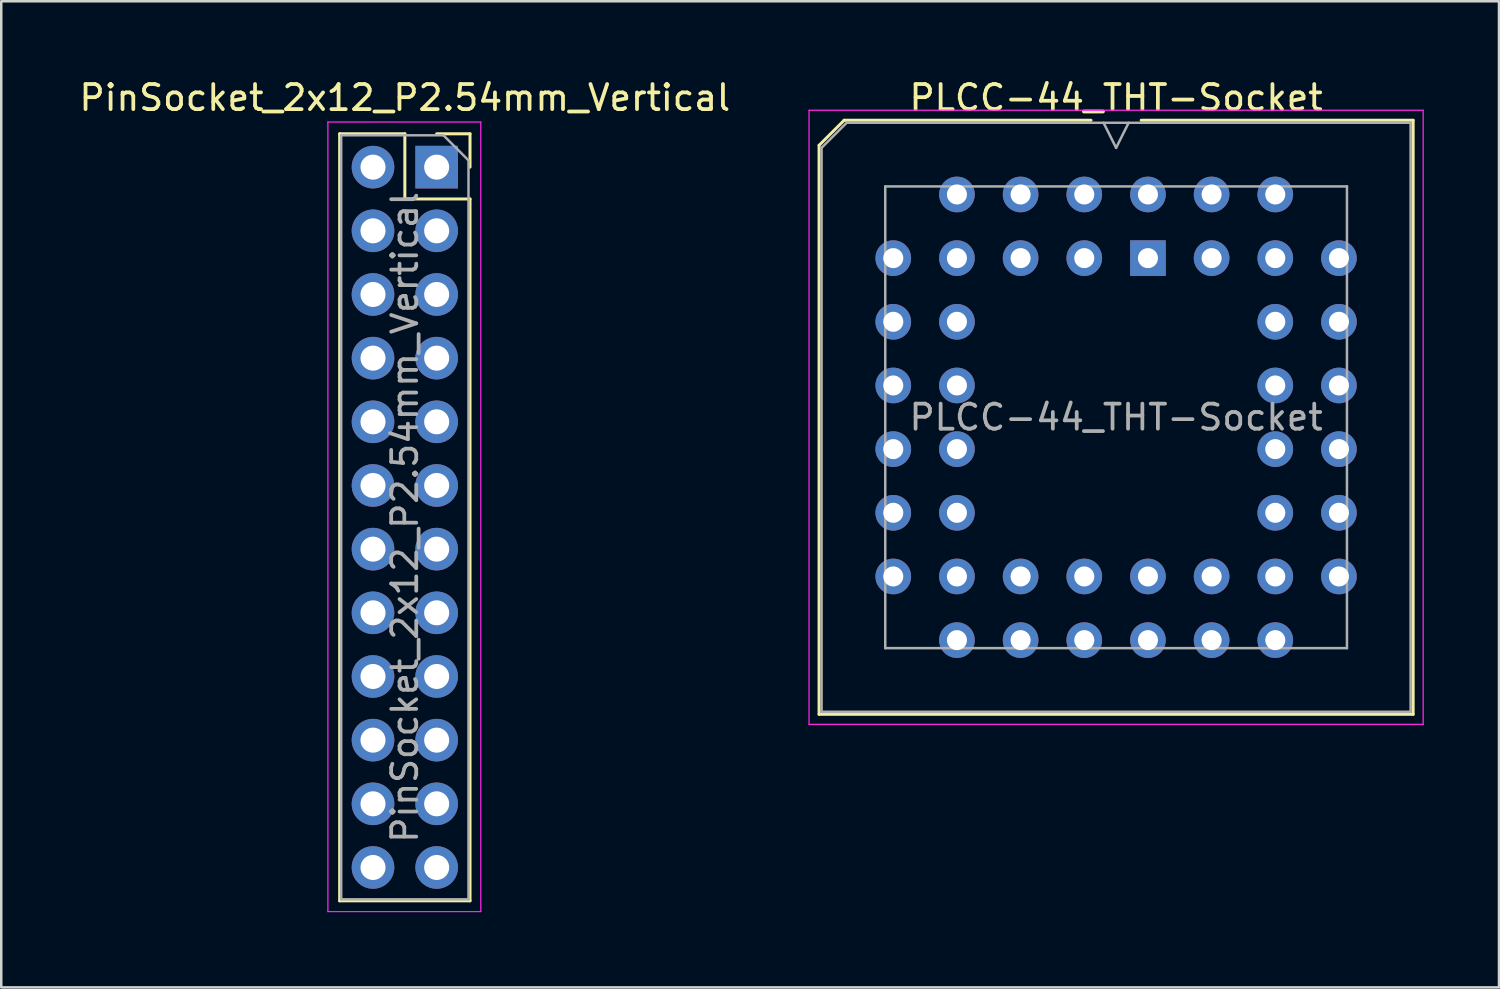
<source format=kicad_pcb>
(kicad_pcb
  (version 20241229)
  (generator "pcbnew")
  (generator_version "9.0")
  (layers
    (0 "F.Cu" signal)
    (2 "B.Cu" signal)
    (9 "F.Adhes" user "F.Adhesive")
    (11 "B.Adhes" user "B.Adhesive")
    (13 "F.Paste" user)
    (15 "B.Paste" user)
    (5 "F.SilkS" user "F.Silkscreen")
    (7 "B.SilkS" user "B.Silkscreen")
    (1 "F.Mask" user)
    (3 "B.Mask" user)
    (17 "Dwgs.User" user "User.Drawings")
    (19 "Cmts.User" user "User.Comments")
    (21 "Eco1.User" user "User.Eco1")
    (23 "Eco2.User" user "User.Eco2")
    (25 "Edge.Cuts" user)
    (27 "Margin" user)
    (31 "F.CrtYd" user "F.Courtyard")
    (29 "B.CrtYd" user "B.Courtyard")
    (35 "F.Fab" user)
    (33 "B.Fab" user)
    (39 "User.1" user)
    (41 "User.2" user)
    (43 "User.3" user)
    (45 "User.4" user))
  (footprint "PinSocket_2x12_P2.54mm_Vertical"
    (layer "F.Cu")
    (at 14.371 3.618)
    (property "Reference" "PinSocket_2x12_P2.54mm_Vertical" (at -1.27 -2.77 0) (layer "F.SilkS") (effects (font (size 1 1) (thickness 0.15))))
    (attr through_hole)
    (fp_line (start -3.87 -1.33) (end -3.87 29.27) (stroke (width 0.12) (type solid)) (layer "F.SilkS"))
    (fp_line (start -3.87 -1.33) (end -1.27 -1.33) (stroke (width 0.12) (type solid)) (layer "F.SilkS"))
    (fp_line (start -3.87 29.27) (end 1.33 29.27) (stroke (width 0.12) (type solid)) (layer "F.SilkS"))
    (fp_line (start -1.27 -1.33) (end -1.27 1.27) (stroke (width 0.12) (type solid)) (layer "F.SilkS"))
    (fp_line (start -1.27 1.27) (end 1.33 1.27) (stroke (width 0.12) (type solid)) (layer "F.SilkS"))
    (fp_line (start 0 -1.33) (end 1.33 -1.33) (stroke (width 0.12) (type solid)) (layer "F.SilkS"))
    (fp_line (start 1.33 -1.33) (end 1.33 0) (stroke (width 0.12) (type solid)) (layer "F.SilkS"))
    (fp_line (start 1.33 1.27) (end 1.33 29.27) (stroke (width 0.12) (type solid)) (layer "F.SilkS"))
    (fp_line (start -4.34 -1.8) (end 1.76 -1.8) (stroke (width 0.05) (type solid)) (layer "F.CrtYd"))
    (fp_line (start -4.34 29.7) (end -4.34 -1.8) (stroke (width 0.05) (type solid)) (layer "F.CrtYd"))
    (fp_line (start 1.76 -1.8) (end 1.76 29.7) (stroke (width 0.05) (type solid)) (layer "F.CrtYd"))
    (fp_line (start 1.76 29.7) (end -4.34 29.7) (stroke (width 0.05) (type solid)) (layer "F.CrtYd"))
    (fp_line (start -3.81 -1.27) (end 0.27 -1.27) (stroke (width 0.1) (type solid)) (layer "F.Fab"))
    (fp_line (start -3.81 29.21) (end -3.81 -1.27) (stroke (width 0.1) (type solid)) (layer "F.Fab"))
    (fp_line (start 0.27 -1.27) (end 1.27 -0.27) (stroke (width 0.1) (type solid)) (layer "F.Fab"))
    (fp_line (start 1.27 -0.27) (end 1.27 29.21) (stroke (width 0.1) (type solid)) (layer "F.Fab"))
    (fp_line (start 1.27 29.21) (end -3.81 29.21) (stroke (width 0.1) (type solid)) (layer "F.Fab"))
    (fp_text user "${REFERENCE}" (at -1.27 13.97 90) (layer "F.Fab") (effects (font (size 1 1) (thickness 0.15))))
    (pad "1" thru_hole rect (at 0 0) (size 1.7 1.7) (drill 1) (layers "*.Cu" "*.Mask"))
    (pad "2" thru_hole oval (at -2.54 0) (size 1.7 1.7) (drill 1) (layers "*.Cu" "*.Mask"))
    (pad "3" thru_hole oval (at 0 2.54) (size 1.7 1.7) (drill 1) (layers "*.Cu" "*.Mask"))
    (pad "4" thru_hole oval (at -2.54 2.54) (size 1.7 1.7) (drill 1) (layers "*.Cu" "*.Mask"))
    (pad "5" thru_hole oval (at 0 5.08) (size 1.7 1.7) (drill 1) (layers "*.Cu" "*.Mask"))
    (pad "6" thru_hole oval (at -2.54 5.08) (size 1.7 1.7) (drill 1) (layers "*.Cu" "*.Mask"))
    (pad "7" thru_hole oval (at 0 7.62) (size 1.7 1.7) (drill 1) (layers "*.Cu" "*.Mask"))
    (pad "8" thru_hole oval (at -2.54 7.62) (size 1.7 1.7) (drill 1) (layers "*.Cu" "*.Mask"))
    (pad "9" thru_hole oval (at 0 10.16) (size 1.7 1.7) (drill 1) (layers "*.Cu" "*.Mask"))
    (pad "10" thru_hole oval (at -2.54 10.16) (size 1.7 1.7) (drill 1) (layers "*.Cu" "*.Mask"))
    (pad "11" thru_hole oval (at 0 12.7) (size 1.7 1.7) (drill 1) (layers "*.Cu" "*.Mask"))
    (pad "12" thru_hole oval (at -2.54 12.7) (size 1.7 1.7) (drill 1) (layers "*.Cu" "*.Mask"))
    (pad "13" thru_hole oval (at 0 15.24) (size 1.7 1.7) (drill 1) (layers "*.Cu" "*.Mask"))
    (pad "14" thru_hole oval (at -2.54 15.24) (size 1.7 1.7) (drill 1) (layers "*.Cu" "*.Mask"))
    (pad "15" thru_hole oval (at 0 17.78) (size 1.7 1.7) (drill 1) (layers "*.Cu" "*.Mask"))
    (pad "16" thru_hole oval (at -2.54 17.78) (size 1.7 1.7) (drill 1) (layers "*.Cu" "*.Mask"))
    (pad "17" thru_hole oval (at 0 20.32) (size 1.7 1.7) (drill 1) (layers "*.Cu" "*.Mask"))
    (pad "18" thru_hole oval (at -2.54 20.32) (size 1.7 1.7) (drill 1) (layers "*.Cu" "*.Mask"))
    (pad "19" thru_hole oval (at 0 22.86) (size 1.7 1.7) (drill 1) (layers "*.Cu" "*.Mask"))
    (pad "20" thru_hole oval (at -2.54 22.86) (size 1.7 1.7) (drill 1) (layers "*.Cu" "*.Mask"))
    (pad "21" thru_hole oval (at 0 25.4) (size 1.7 1.7) (drill 1) (layers "*.Cu" "*.Mask"))
    (pad "22" thru_hole oval (at -2.54 25.4) (size 1.7 1.7) (drill 1) (layers "*.Cu" "*.Mask"))
    (pad "23" thru_hole oval (at 0 27.94) (size 1.7 1.7) (drill 1) (layers "*.Cu" "*.Mask"))
    (pad "24" thru_hole oval (at -2.54 27.94) (size 1.7 1.7) (drill 1) (layers "*.Cu" "*.Mask")))
  (footprint "PLCC-44_THT-Socket"
    (layer "F.Cu")
    (at 42.747 7.248)
    (property "Reference" "PLCC-44_THT-Socket" (at -1.27 -6.4 0) (layer "F.SilkS") (effects (font (size 1 1) (thickness 0.15))))
    (attr through_hole)
    (fp_line (start -13.12 -4.5) (end -13.12 18.2) (stroke (width 0.12) (type solid)) (layer "F.SilkS"))
    (fp_line (start -13.12 18.2) (end 10.58 18.2) (stroke (width 0.12) (type solid)) (layer "F.SilkS"))
    (fp_line (start -12.12 -5.5) (end -13.12 -4.5) (stroke (width 0.12) (type solid)) (layer "F.SilkS"))
    (fp_line (start -2.27 -5.5) (end -12.12 -5.5) (stroke (width 0.12) (type solid)) (layer "F.SilkS"))
    (fp_line (start 10.58 -5.5) (end -0.27 -5.5) (stroke (width 0.12) (type solid)) (layer "F.SilkS"))
    (fp_line (start 10.58 18.2) (end 10.58 -5.5) (stroke (width 0.12) (type solid)) (layer "F.SilkS"))
    (fp_line (start -13.52 -5.9) (end -13.52 18.6) (stroke (width 0.05) (type solid)) (layer "F.CrtYd"))
    (fp_line (start -13.52 18.6) (end 10.98 18.6) (stroke (width 0.05) (type solid)) (layer "F.CrtYd"))
    (fp_line (start 10.98 -5.9) (end -13.52 -5.9) (stroke (width 0.05) (type solid)) (layer "F.CrtYd"))
    (fp_line (start 10.98 18.6) (end 10.98 -5.9) (stroke (width 0.05) (type solid)) (layer "F.CrtYd"))
    (fp_line (start -13.02 -4.4) (end -13.02 18.1) (stroke (width 0.1) (type solid)) (layer "F.Fab"))
    (fp_line (start -13.02 18.1) (end 10.48 18.1) (stroke (width 0.1) (type solid)) (layer "F.Fab"))
    (fp_line (start -12.02 -5.4) (end -13.02 -4.4) (stroke (width 0.1) (type solid)) (layer "F.Fab"))
    (fp_line (start -10.48 -2.86) (end -10.48 15.56) (stroke (width 0.1) (type solid)) (layer "F.Fab"))
    (fp_line (start -10.48 15.56) (end 7.94 15.56) (stroke (width 0.1) (type solid)) (layer "F.Fab"))
    (fp_line (start -1.77 -5.4) (end -1.27 -4.4) (stroke (width 0.1) (type solid)) (layer "F.Fab"))
    (fp_line (start -1.27 -4.4) (end -0.77 -5.4) (stroke (width 0.1) (type solid)) (layer "F.Fab"))
    (fp_line (start 7.94 -2.86) (end -10.48 -2.86) (stroke (width 0.1) (type solid)) (layer "F.Fab"))
    (fp_line (start 7.94 15.56) (end 7.94 -2.86) (stroke (width 0.1) (type solid)) (layer "F.Fab"))
    (fp_line (start 10.48 -5.4) (end -12.02 -5.4) (stroke (width 0.1) (type solid)) (layer "F.Fab"))
    (fp_line (start 10.48 18.1) (end 10.48 -5.4) (stroke (width 0.1) (type solid)) (layer "F.Fab"))
    (fp_text user "${REFERENCE}" (at -1.27 6.35 0) (layer "F.Fab") (effects (font (size 1 1) (thickness 0.15))))
    (pad "1" thru_hole rect (at 0 0) (size 1.422 1.422) (drill 0.8) (layers "*.Cu" "*.Mask"))
    (pad "2" thru_hole circle (at -2.54 -2.54) (size 1.422 1.422) (drill 0.8) (layers "*.Cu" "*.Mask"))
    (pad "3" thru_hole circle (at -2.54 0) (size 1.422 1.422) (drill 0.8) (layers "*.Cu" "*.Mask"))
    (pad "4" thru_hole circle (at -5.08 -2.54) (size 1.422 1.422) (drill 0.8) (layers "*.Cu" "*.Mask"))
    (pad "5" thru_hole circle (at -5.08 0) (size 1.422 1.422) (drill 0.8) (layers "*.Cu" "*.Mask"))
    (pad "6" thru_hole circle (at -7.62 -2.54) (size 1.422 1.422) (drill 0.8) (layers "*.Cu" "*.Mask"))
    (pad "7" thru_hole circle (at -10.16 0) (size 1.422 1.422) (drill 0.8) (layers "*.Cu" "*.Mask"))
    (pad "8" thru_hole circle (at -7.62 0) (size 1.422 1.422) (drill 0.8) (layers "*.Cu" "*.Mask"))
    (pad "9" thru_hole circle (at -10.16 2.54) (size 1.422 1.422) (drill 0.8) (layers "*.Cu" "*.Mask"))
    (pad "10" thru_hole circle (at -7.62 2.54) (size 1.422 1.422) (drill 0.8) (layers "*.Cu" "*.Mask"))
    (pad "11" thru_hole circle (at -10.16 5.08) (size 1.422 1.422) (drill 0.8) (layers "*.Cu" "*.Mask"))
    (pad "12" thru_hole circle (at -7.62 5.08) (size 1.422 1.422) (drill 0.8) (layers "*.Cu" "*.Mask"))
    (pad "13" thru_hole circle (at -10.16 7.62) (size 1.422 1.422) (drill 0.8) (layers "*.Cu" "*.Mask"))
    (pad "14" thru_hole circle (at -7.62 7.62) (size 1.422 1.422) (drill 0.8) (layers "*.Cu" "*.Mask"))
    (pad "15" thru_hole circle (at -10.16 10.16) (size 1.422 1.422) (drill 0.8) (layers "*.Cu" "*.Mask"))
    (pad "16" thru_hole circle (at -7.62 10.16) (size 1.422 1.422) (drill 0.8) (layers "*.Cu" "*.Mask"))
    (pad "17" thru_hole circle (at -10.16 12.7) (size 1.422 1.422) (drill 0.8) (layers "*.Cu" "*.Mask"))
    (pad "18" thru_hole circle (at -7.62 15.24) (size 1.422 1.422) (drill 0.8) (layers "*.Cu" "*.Mask"))
    (pad "19" thru_hole circle (at -7.62 12.7) (size 1.422 1.422) (drill 0.8) (layers "*.Cu" "*.Mask"))
    (pad "20" thru_hole circle (at -5.08 15.24) (size 1.422 1.422) (drill 0.8) (layers "*.Cu" "*.Mask"))
    (pad "21" thru_hole circle (at -5.08 12.7) (size 1.422 1.422) (drill 0.8) (layers "*.Cu" "*.Mask"))
    (pad "22" thru_hole circle (at -2.54 15.24) (size 1.422 1.422) (drill 0.8) (layers "*.Cu" "*.Mask"))
    (pad "23" thru_hole circle (at -2.54 12.7) (size 1.422 1.422) (drill 0.8) (layers "*.Cu" "*.Mask"))
    (pad "24" thru_hole circle (at 0 15.24) (size 1.422 1.422) (drill 0.8) (layers "*.Cu" "*.Mask"))
    (pad "25" thru_hole circle (at 0 12.7) (size 1.422 1.422) (drill 0.8) (layers "*.Cu" "*.Mask"))
    (pad "26" thru_hole circle (at 2.54 15.24) (size 1.422 1.422) (drill 0.8) (layers "*.Cu" "*.Mask"))
    (pad "27" thru_hole circle (at 2.54 12.7) (size 1.422 1.422) (drill 0.8) (layers "*.Cu" "*.Mask"))
    (pad "28" thru_hole circle (at 5.08 15.24) (size 1.422 1.422) (drill 0.8) (layers "*.Cu" "*.Mask"))
    (pad "29" thru_hole circle (at 7.62 12.7) (size 1.422 1.422) (drill 0.8) (layers "*.Cu" "*.Mask"))
    (pad "30" thru_hole circle (at 5.08 12.7) (size 1.422 1.422) (drill 0.8) (layers "*.Cu" "*.Mask"))
    (pad "31" thru_hole circle (at 7.62 10.16) (size 1.422 1.422) (drill 0.8) (layers "*.Cu" "*.Mask"))
    (pad "32" thru_hole circle (at 5.08 10.16) (size 1.422 1.422) (drill 0.8) (layers "*.Cu" "*.Mask"))
    (pad "33" thru_hole circle (at 7.62 7.62) (size 1.422 1.422) (drill 0.8) (layers "*.Cu" "*.Mask"))
    (pad "34" thru_hole circle (at 5.08 7.62) (size 1.422 1.422) (drill 0.8) (layers "*.Cu" "*.Mask"))
    (pad "35" thru_hole circle (at 7.62 5.08) (size 1.422 1.422) (drill 0.8) (layers "*.Cu" "*.Mask"))
    (pad "36" thru_hole circle (at 5.08 5.08) (size 1.422 1.422) (drill 0.8) (layers "*.Cu" "*.Mask"))
    (pad "37" thru_hole circle (at 7.62 2.54) (size 1.422 1.422) (drill 0.8) (layers "*.Cu" "*.Mask"))
    (pad "38" thru_hole circle (at 5.08 2.54) (size 1.422 1.422) (drill 0.8) (layers "*.Cu" "*.Mask"))
    (pad "39" thru_hole circle (at 7.62 0) (size 1.422 1.422) (drill 0.8) (layers "*.Cu" "*.Mask"))
    (pad "40" thru_hole circle (at 5.08 -2.54) (size 1.422 1.422) (drill 0.8) (layers "*.Cu" "*.Mask"))
    (pad "41" thru_hole circle (at 5.08 0) (size 1.422 1.422) (drill 0.8) (layers "*.Cu" "*.Mask"))
    (pad "42" thru_hole circle (at 2.54 -2.54) (size 1.422 1.422) (drill 0.8) (layers "*.Cu" "*.Mask"))
    (pad "43" thru_hole circle (at 2.54 0) (size 1.422 1.422) (drill 0.8) (layers "*.Cu" "*.Mask"))
    (pad "44" thru_hole circle (at 0 -2.54) (size 1.422 1.422) (drill 0.8) (layers "*.Cu" "*.Mask")))
  (gr_rect
    (start -3 -3)
    (end 56.752 36.343)
    (stroke (width 0.1) (type default))
    (fill no)
    (layer "Edge.Cuts")))
</source>
